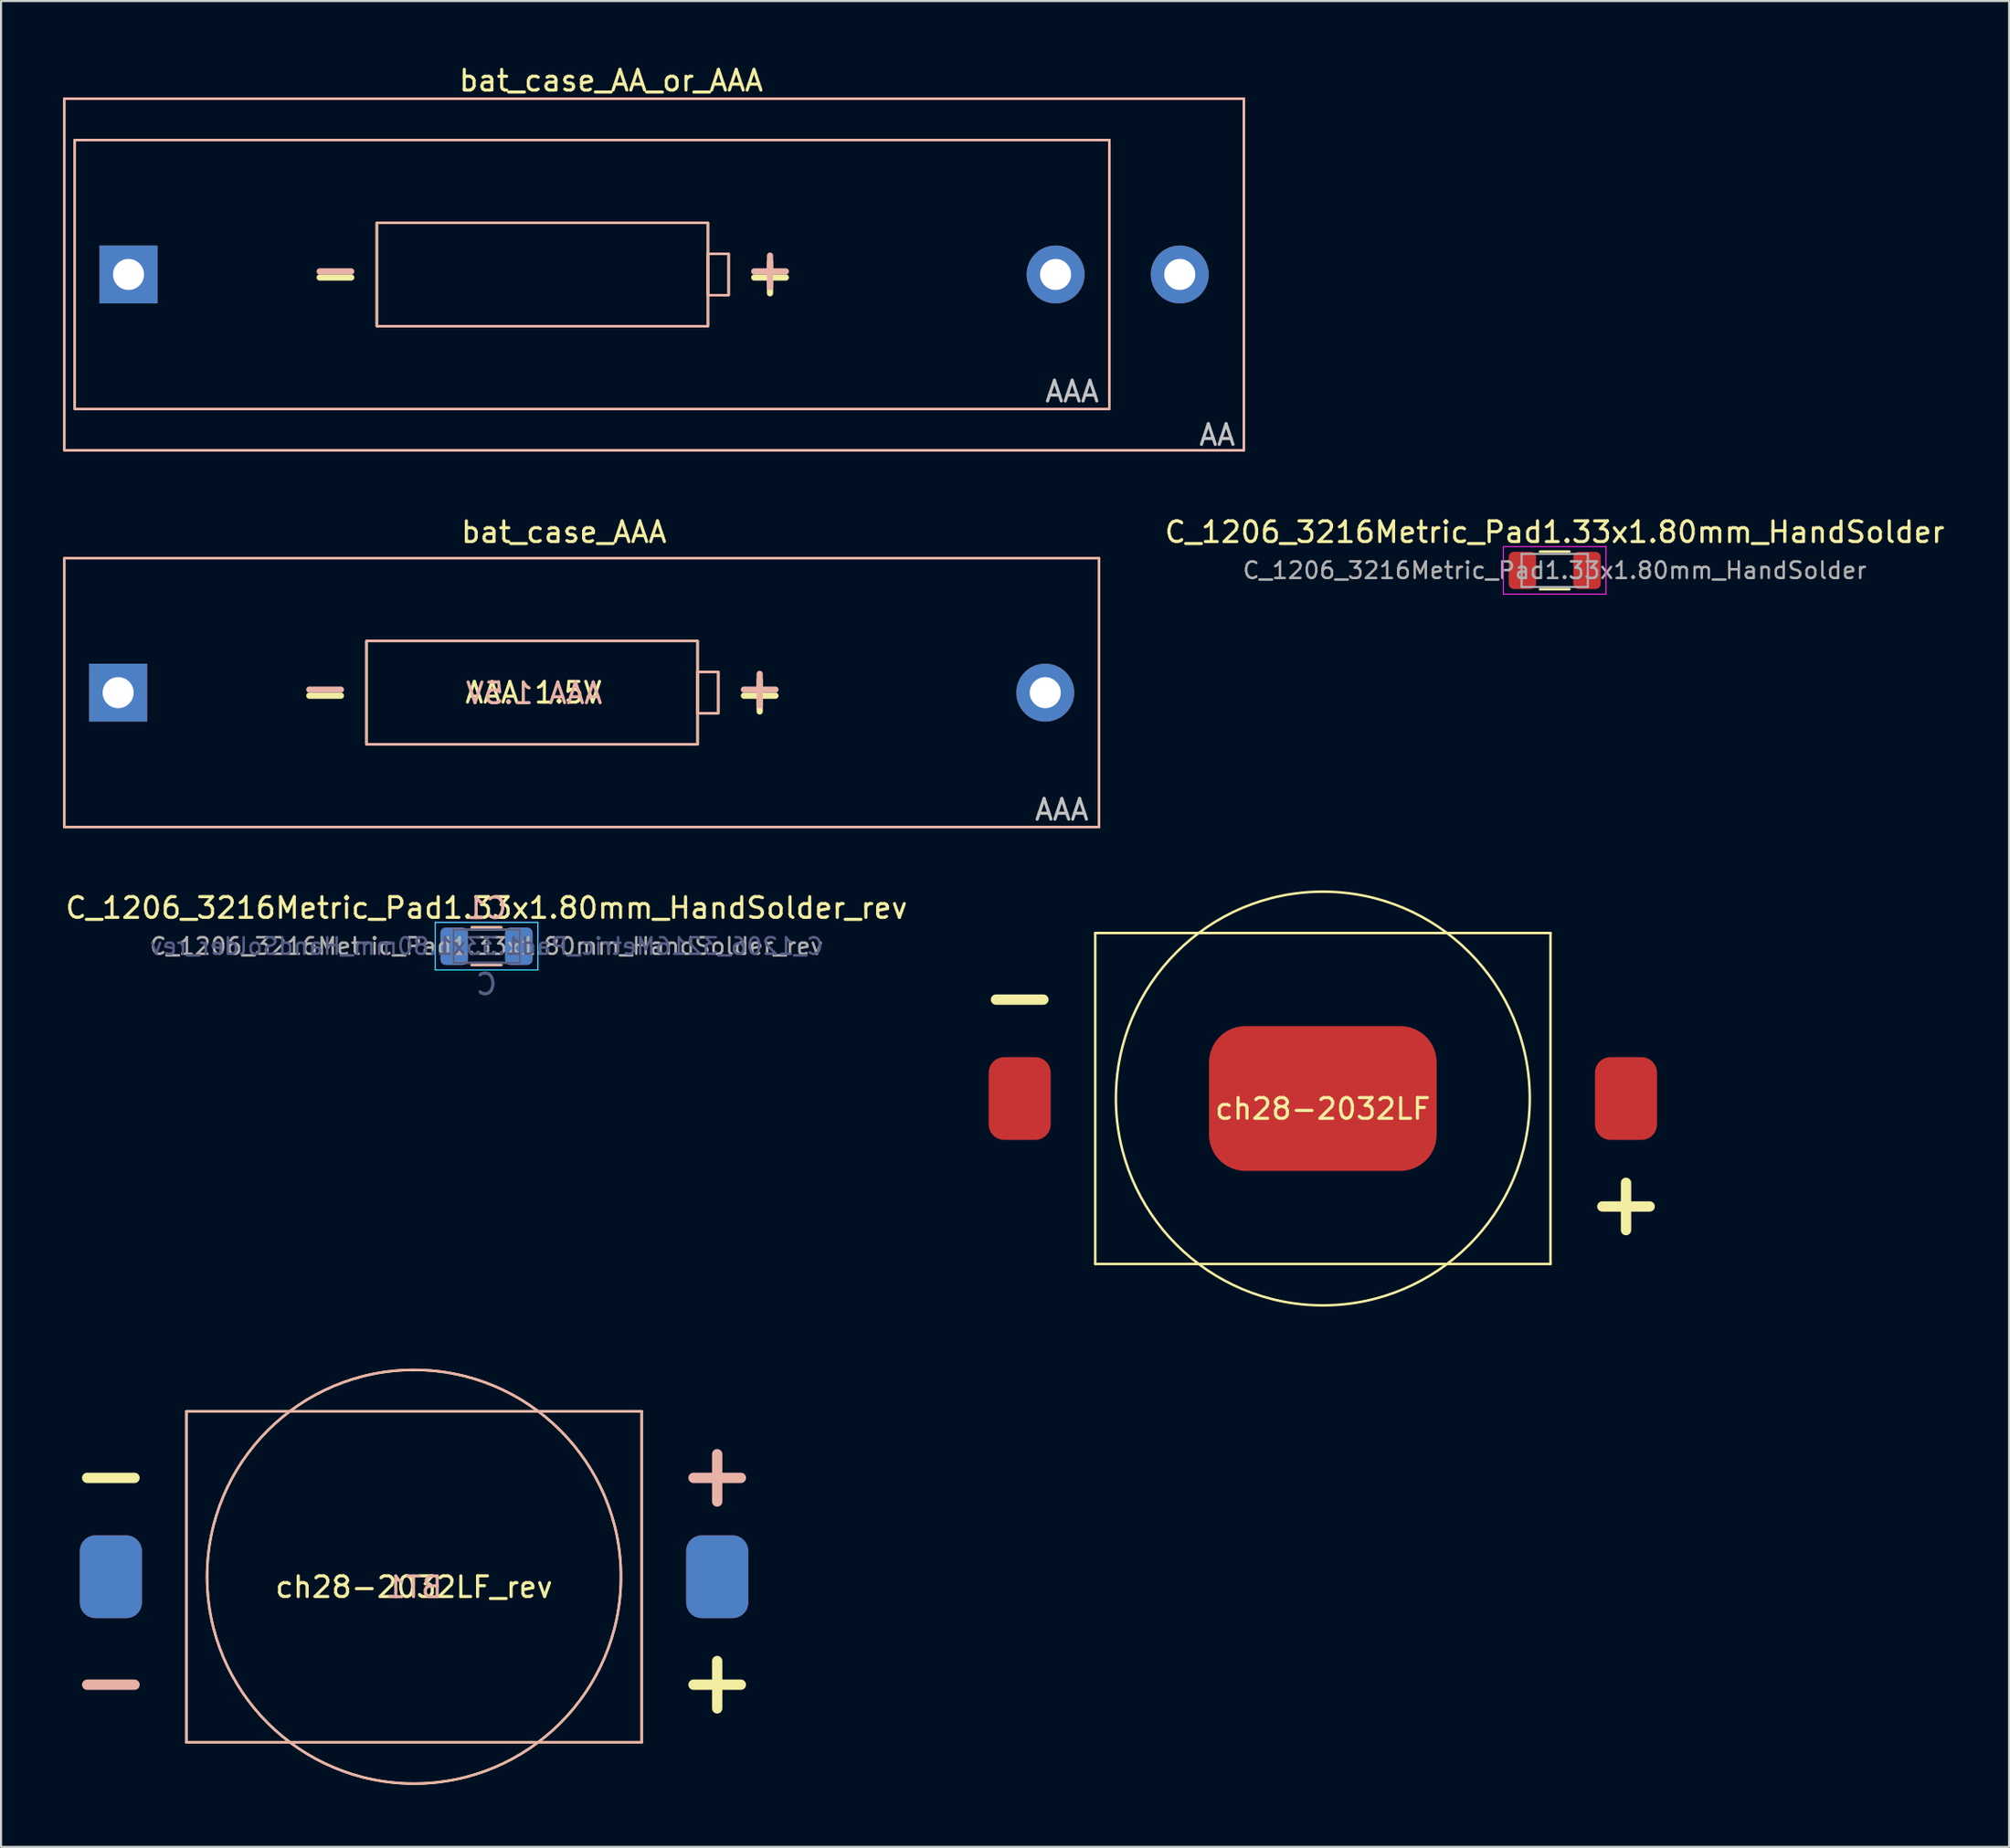
<source format=kicad_pcb>
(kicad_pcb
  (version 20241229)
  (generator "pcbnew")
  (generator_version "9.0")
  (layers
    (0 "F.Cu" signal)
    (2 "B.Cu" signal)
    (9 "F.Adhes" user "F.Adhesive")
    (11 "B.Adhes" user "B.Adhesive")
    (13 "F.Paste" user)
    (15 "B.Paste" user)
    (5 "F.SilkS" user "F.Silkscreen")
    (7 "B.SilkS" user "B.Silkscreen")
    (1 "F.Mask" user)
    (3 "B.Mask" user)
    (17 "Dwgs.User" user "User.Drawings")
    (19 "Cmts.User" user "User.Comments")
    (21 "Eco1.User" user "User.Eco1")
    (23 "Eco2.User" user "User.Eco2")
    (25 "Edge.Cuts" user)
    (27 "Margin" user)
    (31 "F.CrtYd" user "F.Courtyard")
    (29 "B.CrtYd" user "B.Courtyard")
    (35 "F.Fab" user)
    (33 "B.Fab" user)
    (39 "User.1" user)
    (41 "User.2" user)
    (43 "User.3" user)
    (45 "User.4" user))
  (footprint "C_1206_3216Metric_Pad1.33x1.80mm_HandSolder"
    (layer "F.Cu")
    (at 72.078 24.525)
    (property "Reference" "C_1206_3216Metric_Pad1.33x1.80mm_HandSolder" (at 0 -1.85 0) (layer "F.SilkS") (effects (font (size 1 1) (thickness 0.15))))
    (attr smd)
    (fp_line (start -0.711 -0.91) (end 0.711 -0.91) (stroke (width 0.12) (type solid)) (layer "F.SilkS"))
    (fp_line (start -0.711 0.91) (end 0.711 0.91) (stroke (width 0.12) (type solid)) (layer "F.SilkS"))
    (fp_line (start -2.48 -1.15) (end 2.48 -1.15) (stroke (width 0.05) (type solid)) (layer "F.CrtYd"))
    (fp_line (start -2.48 1.15) (end -2.48 -1.15) (stroke (width 0.05) (type solid)) (layer "F.CrtYd"))
    (fp_line (start 2.48 -1.15) (end 2.48 1.15) (stroke (width 0.05) (type solid)) (layer "F.CrtYd"))
    (fp_line (start 2.48 1.15) (end -2.48 1.15) (stroke (width 0.05) (type solid)) (layer "F.CrtYd"))
    (fp_line (start -1.6 -0.8) (end 1.6 -0.8) (stroke (width 0.1) (type solid)) (layer "F.Fab"))
    (fp_line (start -1.6 0.8) (end -1.6 -0.8) (stroke (width 0.1) (type solid)) (layer "F.Fab"))
    (fp_line (start 1.6 -0.8) (end 1.6 0.8) (stroke (width 0.1) (type solid)) (layer "F.Fab"))
    (fp_line (start 1.6 0.8) (end -1.6 0.8) (stroke (width 0.1) (type solid)) (layer "F.Fab"))
    (fp_text user "${REFERENCE}" (at 0 0 0) (layer "F.Fab") (effects (font (size 0.8 0.8) (thickness 0.12))))
    (pad "1" smd roundrect (at -1.562 0) (size 1.325 1.8) (layers "F.Cu" "F.Mask" "F.Paste") (roundrect_rratio 0.189))
    (pad "2" smd roundrect (at 1.562 0) (size 1.325 1.8) (layers "F.Cu" "F.Mask" "F.Paste") (roundrect_rratio 0.189)))
  (footprint "bat_case_AAA"
    (layer "F.Cu")
    (at 2.66 30.435)
    (property "Reference" "bat_case_AAA" (at 21.54 -7.76 0) (unlocked yes) (layer "F.SilkS") (effects (font (size 1 1) (thickness 0.15))))
    (attr smd)
    (fp_rect (start -2.6 -6.5) (end 47.4 6.5) (stroke (width 0.12) (type solid)) (fill no) (layer "F.SilkS"))
    (fp_rect (start 12 -2.5) (end 28 2.5) (stroke (width 0.12) (type solid)) (fill no) (layer "F.SilkS"))
    (fp_rect (start 28 -1) (end 29 1) (stroke (width 0.12) (type solid)) (fill no) (layer "F.SilkS"))
    (fp_rect (start -2.6 6.5) (end 47.4 -6.5) (stroke (width 0.12) (type solid)) (fill no) (layer "B.SilkS"))
    (fp_rect (start 12 2.5) (end 28 -2.5) (stroke (width 0.12) (type solid)) (fill no) (layer "B.SilkS"))
    (fp_rect (start 28 1) (end 29 -1) (stroke (width 0.12) (type solid)) (fill no) (layer "B.SilkS"))
    (fp_text user "+" (at 31 0 0) (unlocked yes) (layer "F.SilkS") (effects (font (size 2 2) (thickness 0.3))))
    (fp_text user "AAA 1.5V" (at 20.07 0 0) (layer "F.SilkS") (effects (font (size 1 1) (thickness 0.15))))
    (fp_text user "-" (at 10 0 0) (unlocked yes) (layer "F.SilkS") (effects (font (size 2 2) (thickness 0.3))))
    (fp_text user "-" (at 10 0 180) (unlocked yes) (layer "B.SilkS") (effects (font (size 2 2) (thickness 0.3)) (justify mirror)))
    (fp_text user "AAA 1.5V" (at 20.1 0.03 0) (layer "B.SilkS") (effects (font (size 1 1) (thickness 0.15)) (justify mirror)))
    (fp_text user "+" (at 31 0 180) (unlocked yes) (layer "B.SilkS") (effects (font (size 2 2) (thickness 0.3)) (justify mirror)))
    (fp_text user "AAA" (at 45.6 5.66 0) (unlocked yes) (layer "Dwgs.User") (effects (font (size 1 1) (thickness 0.15))))
    (pad "1" thru_hole circle (at 44.8 0) (size 2.8 2.8) (drill 1.5) (layers "*.Cu" "*.Mask"))
    (pad "2" thru_hole rect (at 0 0) (size 2.8 2.8) (drill 1.5) (layers "*.Cu" "*.Mask")))
  (footprint "bat_case_AA_or_AAA"
    (layer "F.Cu")
    (at 3.16 10.218)
    (property "Reference" "bat_case_AA_or_AAA" (at 23.32 -9.37 0) (unlocked yes) (layer "F.SilkS") (effects (font (size 1 1) (thickness 0.15))))
    (attr smd)
    (fp_rect (start -3.1 -8.5) (end 53.9 8.5) (stroke (width 0.12) (type solid)) (fill no) (layer "F.SilkS"))
    (fp_rect (start -2.6 -6.5) (end 47.4 6.5) (stroke (width 0.12) (type solid)) (fill no) (layer "F.SilkS"))
    (fp_rect (start 12 -2.5) (end 28 2.5) (stroke (width 0.12) (type solid)) (fill no) (layer "F.SilkS"))
    (fp_rect (start 28 -1) (end 29 1) (stroke (width 0.12) (type solid)) (fill no) (layer "F.SilkS"))
    (fp_rect (start -3.1 8.5) (end 53.9 -8.5) (stroke (width 0.12) (type solid)) (fill no) (layer "B.SilkS"))
    (fp_rect (start -2.6 6.5) (end 47.4 -6.5) (stroke (width 0.12) (type solid)) (fill no) (layer "B.SilkS"))
    (fp_rect (start 12 2.5) (end 28 -2.5) (stroke (width 0.12) (type solid)) (fill no) (layer "B.SilkS"))
    (fp_rect (start 28 1) (end 29 -1) (stroke (width 0.12) (type solid)) (fill no) (layer "B.SilkS"))
    (fp_text user "+" (at 31 0 0) (unlocked yes) (layer "F.SilkS") (effects (font (size 2 2) (thickness 0.3))))
    (fp_text user "-" (at 10 0 0) (unlocked yes) (layer "F.SilkS") (effects (font (size 2 2) (thickness 0.3))))
    (fp_text user "-" (at 10 0 180) (unlocked yes) (layer "B.SilkS") (effects (font (size 2 2) (thickness 0.3)) (justify mirror)))
    (fp_text user "+" (at 31 0 180) (unlocked yes) (layer "B.SilkS") (effects (font (size 2 2) (thickness 0.3)) (justify mirror)))
    (fp_text user "AAA" (at 45.6 5.66 0) (unlocked yes) (layer "Dwgs.User") (effects (font (size 1 1) (thickness 0.15))))
    (fp_text user "AA" (at 52.61 7.76 0) (unlocked yes) (layer "Dwgs.User") (effects (font (size 1 1) (thickness 0.15))))
    (pad "1" thru_hole rect (at 0 0) (size 2.8 2.8) (drill 1.5) (layers "*.Cu" "*.Mask"))
    (pad "2" thru_hole circle (at 44.8 0) (size 2.8 2.8) (drill 1.5) (layers "*.Cu" "*.Mask"))
    (pad "2" thru_hole circle (at 50.8 0) (size 2.8 2.8) (drill 1.5) (layers "*.Cu" "*.Mask")))
  (footprint "ch28-2032LF_rev"
    (layer "F.Cu")
    (at 16.957 73.175)
    (property "Reference" "ch28-2032LF_rev" (at 0 0.5 0) (layer "F.SilkS") (effects (font (size 1 1) (thickness 0.15))))
    (attr through_hole)
    (fp_line (start -11 -8) (end 11 -8) (stroke (width 0.12) (type solid)) (layer "F.SilkS"))
    (fp_line (start -11 8) (end -11 -8) (stroke (width 0.12) (type solid)) (layer "F.SilkS"))
    (fp_line (start 11 -8) (end 11 8) (stroke (width 0.12) (type solid)) (layer "F.SilkS"))
    (fp_line (start 11 8) (end -11 8) (stroke (width 0.12) (type solid)) (layer "F.SilkS"))
    (fp_circle (center 0 0) (end -10 0) (stroke (width 0.12) (type solid)) (fill no) (layer "F.SilkS"))
    (fp_line (start -11 -8) (end -11 8) (stroke (width 0.12) (type solid)) (layer "B.SilkS"))
    (fp_line (start -11 8) (end 11 8) (stroke (width 0.12) (type solid)) (layer "B.SilkS"))
    (fp_line (start 11 -8) (end -11 -8) (stroke (width 0.12) (type solid)) (layer "B.SilkS"))
    (fp_line (start 11 8) (end 11 -8) (stroke (width 0.12) (type solid)) (layer "B.SilkS"))
    (fp_circle (center 0 0) (end -10 0) (stroke (width 0.12) (type solid)) (fill no) (layer "B.SilkS"))
    (fp_text user "-" (at -14.65 -5 0) (layer "F.SilkS") (effects (font (size 3 3) (thickness 0.5))))
    (fp_text user "+" (at 14.65 5 0) (layer "F.SilkS") (effects (font (size 3 3) (thickness 0.5))))
    (fp_text user "BT1" (at 0 0.508 0) (layer "B.SilkS") (effects (font (size 1 1) (thickness 0.15)) (justify mirror)))
    (fp_text user "+" (at 14.65 -5 0) (layer "B.SilkS") (effects (font (size 3 3) (thickness 0.5)) (justify mirror)))
    (fp_text user "-" (at -14.65 5 0) (layer "B.SilkS") (effects (font (size 3 3) (thickness 0.5)) (justify mirror)))
    (pad "1" smd roundrect (at 14.65 0 180) (size 3 4) (layers "F.Cu" "F.Mask" "F.Paste") (roundrect_rratio 0.25))
    (pad "1" smd roundrect (at 14.65 0 180) (size 3 4) (layers "B.Cu" "B.Mask" "B.Paste") (roundrect_rratio 0.25))
    (pad "2" smd roundrect (at -14.65 0 180) (size 3 4) (layers "F.Cu" "F.Mask" "F.Paste") (roundrect_rratio 0.25))
    (pad "2" smd roundrect (at -14.65 0 180) (size 3 4) (layers "B.Cu" "B.Mask" "B.Paste") (roundrect_rratio 0.25)))
  (footprint "ch28-2032LF"
    (layer "F.Cu")
    (at 60.874 50.055)
    (property "Reference" "ch28-2032LF" (at 0 0.5 0) (layer "F.SilkS") (effects (font (size 1 1) (thickness 0.15))))
    (attr through_hole)
    (fp_line (start -11 -8) (end 11 -8) (stroke (width 0.12) (type solid)) (layer "F.SilkS"))
    (fp_line (start -11 8) (end -11 -8) (stroke (width 0.12) (type solid)) (layer "F.SilkS"))
    (fp_line (start 11 -8) (end 11 8) (stroke (width 0.12) (type solid)) (layer "F.SilkS"))
    (fp_line (start 11 8) (end -11 8) (stroke (width 0.12) (type solid)) (layer "F.SilkS"))
    (fp_circle (center 0 0) (end -10 0) (stroke (width 0.12) (type solid)) (fill no) (layer "F.SilkS"))
    (fp_text user "+" (at 14.65 5 0) (layer "F.SilkS") (effects (font (size 3 3) (thickness 0.5))))
    (fp_text user "-" (at -14.65 -5 0) (layer "F.SilkS") (effects (font (size 3 3) (thickness 0.5))))
    (pad "" smd roundrect (at 0 0 180) (size 11 7) (layers "F.Cu" "F.Mask" "F.Paste") (roundrect_rratio 0.25))
    (pad "1" smd roundrect (at 14.65 0 180) (size 3 4) (layers "F.Cu" "F.Mask" "F.Paste") (roundrect_rratio 0.25))
    (pad "2" smd roundrect (at -14.65 0 180) (size 3 4) (layers "F.Cu" "F.Mask" "F.Paste") (roundrect_rratio 0.25)))
  (footprint "C_1206_3216Metric_Pad1.33x1.80mm_HandSolder_rev"
    (layer "F.Cu")
    (at 20.458 42.693)
    (property "Reference" "C_1206_3216Metric_Pad1.33x1.80mm_HandSolder_rev" (at 0 -1.85 0) (layer "F.SilkS") (effects (font (size 1 1) (thickness 0.15))))
    (attr smd)
    (fp_line (start -0.711 -0.91) (end 0.711 -0.91) (stroke (width 0.12) (type solid)) (layer "F.SilkS"))
    (fp_line (start -0.711 0.91) (end 0.711 0.91) (stroke (width 0.12) (type solid)) (layer "F.SilkS"))
    (fp_line (start -0.711 -0.91) (end 0.711 -0.91) (stroke (width 0.12) (type solid)) (layer "B.SilkS"))
    (fp_line (start -0.711 0.91) (end 0.711 0.91) (stroke (width 0.12) (type solid)) (layer "B.SilkS"))
    (fp_line (start -2.48 -1.15) (end -2.48 1.15) (stroke (width 0.05) (type solid)) (layer "B.CrtYd"))
    (fp_line (start -2.48 1.15) (end 2.48 1.15) (stroke (width 0.05) (type solid)) (layer "B.CrtYd"))
    (fp_line (start 2.48 -1.15) (end -2.48 -1.15) (stroke (width 0.05) (type solid)) (layer "B.CrtYd"))
    (fp_line (start 2.48 1.15) (end 2.48 -1.15) (stroke (width 0.05) (type solid)) (layer "B.CrtYd"))
    (fp_line (start -2.48 -1.15) (end 2.48 -1.15) (stroke (width 0.05) (type solid)) (layer "F.CrtYd"))
    (fp_line (start -2.48 1.15) (end -2.48 -1.15) (stroke (width 0.05) (type solid)) (layer "F.CrtYd"))
    (fp_line (start 2.48 -1.15) (end 2.48 1.15) (stroke (width 0.05) (type solid)) (layer "F.CrtYd"))
    (fp_line (start 2.48 1.15) (end -2.48 1.15) (stroke (width 0.05) (type solid)) (layer "F.CrtYd"))
    (fp_line (start -1.6 -0.8) (end -1.6 0.8) (stroke (width 0.1) (type solid)) (layer "B.Fab"))
    (fp_line (start -1.6 0.8) (end 1.6 0.8) (stroke (width 0.1) (type solid)) (layer "B.Fab"))
    (fp_line (start 1.6 -0.8) (end -1.6 -0.8) (stroke (width 0.1) (type solid)) (layer "B.Fab"))
    (fp_line (start 1.6 0.8) (end 1.6 -0.8) (stroke (width 0.1) (type solid)) (layer "B.Fab"))
    (fp_line (start -1.6 -0.8) (end 1.6 -0.8) (stroke (width 0.1) (type solid)) (layer "F.Fab"))
    (fp_line (start -1.6 0.8) (end -1.6 -0.8) (stroke (width 0.1) (type solid)) (layer "F.Fab"))
    (fp_line (start 1.6 -0.8) (end 1.6 0.8) (stroke (width 0.1) (type solid)) (layer "F.Fab"))
    (fp_line (start 1.6 0.8) (end -1.6 0.8) (stroke (width 0.1) (type solid)) (layer "F.Fab"))
    (fp_text user "C1" (at 0 -1.841 0) (layer "B.SilkS") (effects (font (size 1 1) (thickness 0.15)) (justify mirror)))
    (fp_text user "${REFERENCE}" (at 0 0 0) (layer "B.Fab") (effects (font (size 0.8 0.8) (thickness 0.12)) (justify mirror)))
    (fp_text user "C" (at 0 1.841 0) (layer "B.Fab") (effects (font (size 1 1) (thickness 0.15)) (justify mirror)))
    (fp_text user "${REFERENCE}" (at 0 0 0) (layer "F.Fab") (effects (font (size 0.8 0.8) (thickness 0.12))))
    (pad "1" smd roundrect (at -1.562 0) (size 1.325 1.8) (layers "F.Cu" "F.Mask" "F.Paste") (roundrect_rratio 0.189))
    (pad "1" smd roundrect (at -1.562 0) (size 1.325 1.8) (layers "B.Cu" "B.Mask" "B.Paste") (roundrect_rratio 0.189))
    (pad "2" smd roundrect (at 1.562 0) (size 1.325 1.8) (layers "F.Cu" "F.Mask" "F.Paste") (roundrect_rratio 0.189))
    (pad "2" smd roundrect (at 1.562 0) (size 1.325 1.8) (layers "B.Cu" "B.Mask" "B.Paste") (roundrect_rratio 0.189)))
  (gr_rect
    (start -3 -3)
    (end 94.037 86.235)
    (stroke (width 0.1) (type default))
    (fill no)
    (layer "Edge.Cuts")))
</source>
